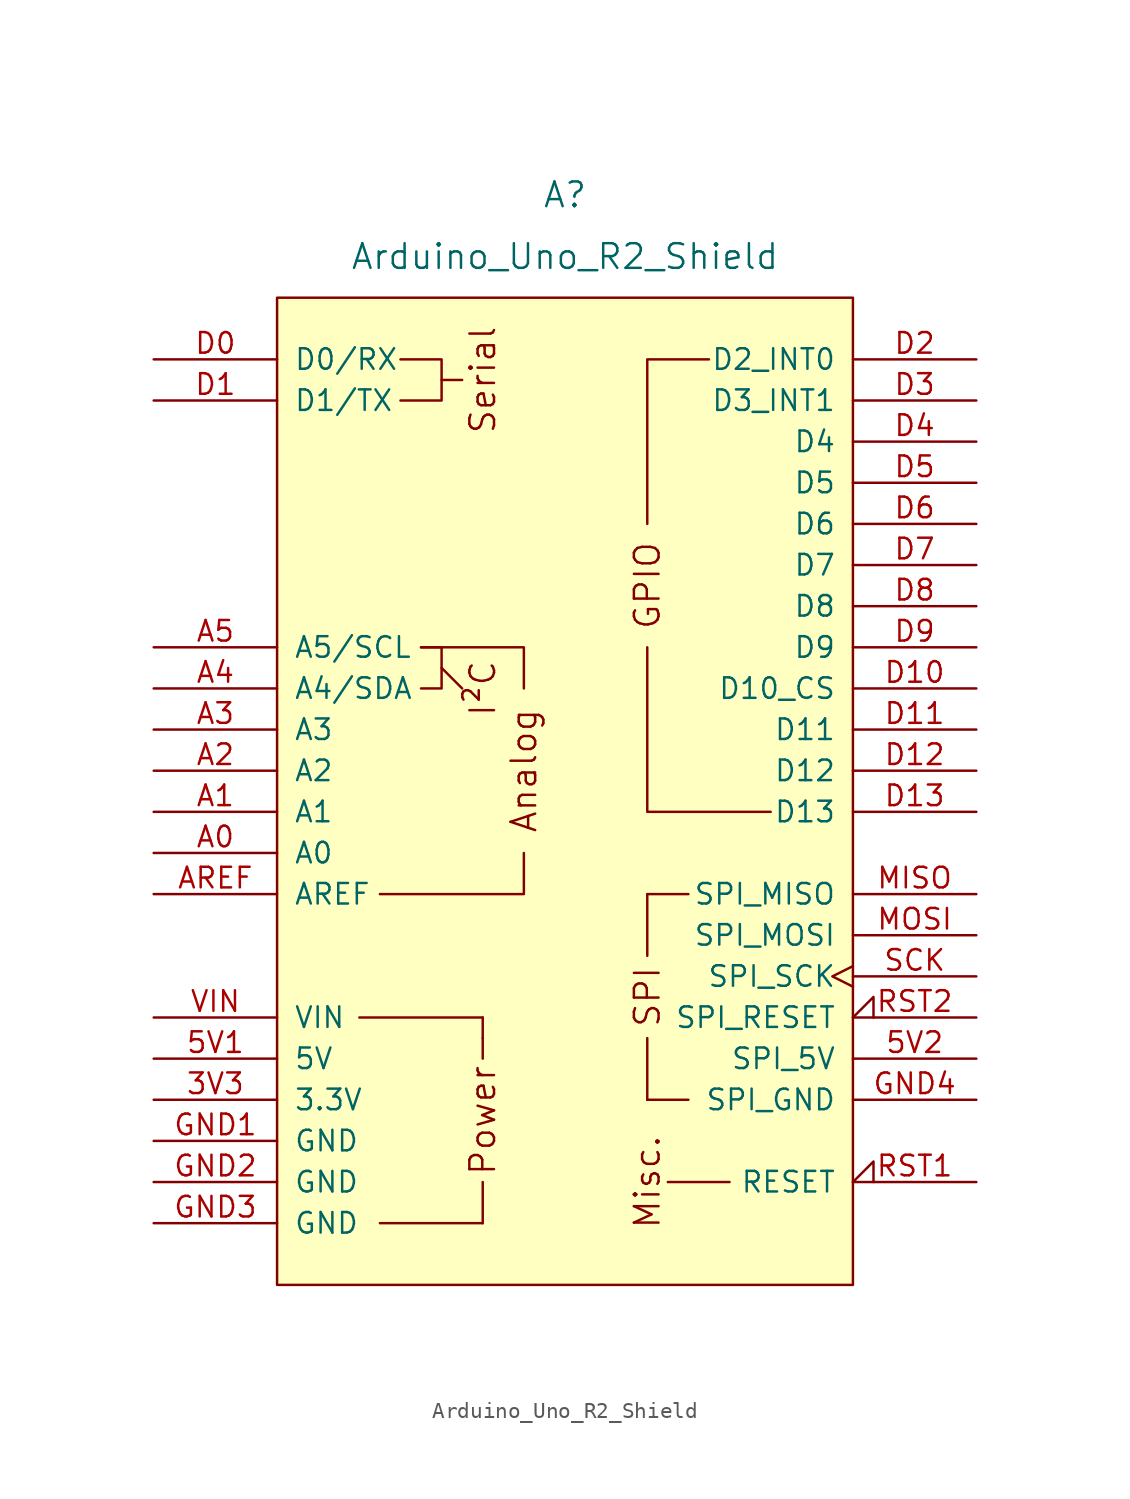
<source format=kicad_sym>
(kicad_symbol_lib
  (version 20220914)
  (generator kicad_symbol_editor)
  (symbol "Arduino_Uno_R2_Shield"
    (pin_names
      (offset 1.016))
    (property "Reference" "A"
      (at 0 36.83 0)
      (effects (font (size 1.524 1.524))))
    (property "Value" "Arduino_Uno_R2_Shield"
      (at 0 33.02 0)
      (effects (font (size 1.524 1.524))))
    (symbol "Arduino_Uno_R2_Shield_0_0"
      (rectangle (start -17.78 30.48) (end 17.78 -30.48) (stroke (width 0) (type default)) (fill (type background)))
      (rectangle (start -12.7 -13.97) (end -5.08 -13.97) (stroke (width 0) (type default)) (fill (type none)))
      (rectangle (start -11.43 -26.67) (end -5.08 -26.67) (stroke (width 0) (type default)) (fill (type none)))
      (polyline (pts (xy -7.62 7.62) (xy -6.35 6.35)) (stroke (width 0) (type default)) (fill (type none)))
      (polyline (pts (xy -7.62 25.4) (xy -6.35 25.4)) (stroke (width 0) (type default)) (fill (type none)))
      (polyline (pts (xy -5.08 -26.67) (xy -5.08 -24.13)) (stroke (width 0) (type default)) (fill (type none)))
      (polyline (pts (xy -5.08 -15.24) (xy -5.08 -16.51)) (stroke (width 0) (type default)) (fill (type none)))
      (polyline (pts (xy -5.08 -13.97) (xy -5.08 -15.24)) (stroke (width 0) (type default)) (fill (type none)))
      (polyline (pts (xy -2.54 -3.81) (xy -2.54 -6.35) (xy -11.43 -6.35)) (stroke (width 0) (type default)) (fill (type none)))
      (polyline (pts (xy -2.54 6.35) (xy -2.54 8.89) (xy -8.89 8.89)) (stroke (width 0) (type default)) (fill (type none)))
      (polyline (pts (xy 5.08 8.89) (xy 5.08 -1.27) (xy 12.7 -1.27)) (stroke (width 0) (type default)) (fill (type none)))
      (polyline (pts (xy 5.08 16.51) (xy 5.08 26.67) (xy 8.89 26.67)) (stroke (width 0) (type default)) (fill (type none)))
      (polyline (pts (xy -10.16 26.67) (xy -7.62 26.67) (xy -7.62 24.13) (xy -10.16 24.13)) (stroke (width 0) (type default)) (fill (type none)))
      (polyline (pts (xy -8.89 8.89) (xy -7.62 8.89) (xy -7.62 6.35) (xy -8.89 6.35)) (stroke (width 0) (type default)) (fill (type none)))
      (rectangle (start 5.08 -19.05) (end 5.08 -15.24) (stroke (width 0) (type default)) (fill (type none)))
      (rectangle (start 5.08 -19.05) (end 7.62 -19.05) (stroke (width 0) (type default)) (fill (type none)))
      (rectangle (start 5.08 -10.16) (end 5.08 -6.35) (stroke (width 0) (type default)) (fill (type none)))
      (rectangle (start 6.35 -24.13) (end 10.16 -24.13) (stroke (width 0) (type default)) (fill (type none)))
      (rectangle (start 7.62 -6.35) (end 5.08 -6.35) (stroke (width 0) (type default)) (fill (type none)))
      (text "Analog" (at -2.54 1.27 900) (effects (font (size 1.524 1.524))))
      (text "I²C" (at -5.08 6.35 900) (effects (font (size 1.524 1.524))))
      (text "Misc." (at 5.08 -24.13 900) (effects (font (size 1.524 1.524))))
      (text "Power" (at -5.08 -20.32 900) (effects (font (size 1.524 1.524))))
      (text "Serial" (at -5.08 25.4 900) (effects (font (size 1.524 1.524))))
      (text "SPI" (at 5.08 -12.7 900) (effects (font (size 1.524 1.524)))))
    (symbol "Arduino_Uno_R2_Shield_1_0"
      (text "GPIO" (at 5.08 12.7 900) (effects (font (size 1.524 1.524)))))
    (symbol "Arduino_Uno_R2_Shield_1_1"
      (pin power_out line (at -25.4 -19.05 0) (length 7.62) (name "3.3V" (effects (font (size 1.27 1.27)))) (number "3V3" (effects (font (size 1.27 1.27)))))
      (pin power_in line (at -25.4 -16.51 0) (length 7.62) (name "5V" (effects (font (size 1.27 1.27)))) (number "5V1" (effects (font (size 1.27 1.27)))))
      (pin power_in line (at 25.4 -16.51 180) (length 7.62) (name "SPI_5V" (effects (font (size 1.27 1.27)))) (number "5V2" (effects (font (size 1.27 1.27)))))
      (pin bidirectional line (at -25.4 -3.81 0) (length 7.62) (name "A0" (effects (font (size 1.27 1.27)))) (number "A0" (effects (font (size 1.27 1.27)))))
      (pin bidirectional line (at -25.4 -1.27 0) (length 7.62) (name "A1" (effects (font (size 1.27 1.27)))) (number "A1" (effects (font (size 1.27 1.27)))))
      (pin bidirectional line (at -25.4 1.27 0) (length 7.62) (name "A2" (effects (font (size 1.27 1.27)))) (number "A2" (effects (font (size 1.27 1.27)))))
      (pin bidirectional line (at -25.4 3.81 0) (length 7.62) (name "A3" (effects (font (size 1.27 1.27)))) (number "A3" (effects (font (size 1.27 1.27)))))
      (pin bidirectional line (at -25.4 6.35 0) (length 7.62) (name "A4/SDA" (effects (font (size 1.27 1.27)))) (number "A4" (effects (font (size 1.27 1.27)))))
      (pin bidirectional line (at -25.4 8.89 0) (length 7.62) (name "A5/SCL" (effects (font (size 1.27 1.27)))) (number "A5" (effects (font (size 1.27 1.27)))))
      (pin input line (at -25.4 -6.35 0) (length 7.62) (name "AREF" (effects (font (size 1.27 1.27)))) (number "AREF" (effects (font (size 1.27 1.27)))))
      (pin bidirectional line (at -25.4 26.67 0) (length 7.62) (name "D0/RX" (effects (font (size 1.27 1.27)))) (number "D0" (effects (font (size 1.27 1.27)))))
      (pin bidirectional line (at -25.4 24.13 0) (length 7.62) (name "D1/TX" (effects (font (size 1.27 1.27)))) (number "D1" (effects (font (size 1.27 1.27)))))
      (pin bidirectional line (at 25.4 6.35 180) (length 7.62) (name "D10_CS" (effects (font (size 1.27 1.27)))) (number "D10" (effects (font (size 1.27 1.27)))))
      (pin bidirectional line (at 25.4 3.81 180) (length 7.62) (name "D11" (effects (font (size 1.27 1.27)))) (number "D11" (effects (font (size 1.27 1.27)))))
      (pin bidirectional line (at 25.4 1.27 180) (length 7.62) (name "D12" (effects (font (size 1.27 1.27)))) (number "D12" (effects (font (size 1.27 1.27)))))
      (pin bidirectional line (at 25.4 -1.27 180) (length 7.62) (name "D13" (effects (font (size 1.27 1.27)))) (number "D13" (effects (font (size 1.27 1.27)))))
      (pin bidirectional line (at 25.4 26.67 180) (length 7.62) (name "D2_INT0" (effects (font (size 1.27 1.27)))) (number "D2" (effects (font (size 1.27 1.27)))))
      (pin bidirectional line (at 25.4 24.13 180) (length 7.62) (name "D3_INT1" (effects (font (size 1.27 1.27)))) (number "D3" (effects (font (size 1.27 1.27)))))
      (pin bidirectional line (at 25.4 21.59 180) (length 7.62) (name "D4" (effects (font (size 1.27 1.27)))) (number "D4" (effects (font (size 1.27 1.27)))))
      (pin bidirectional line (at 25.4 19.05 180) (length 7.62) (name "D5" (effects (font (size 1.27 1.27)))) (number "D5" (effects (font (size 1.27 1.27)))))
      (pin bidirectional line (at 25.4 16.51 180) (length 7.62) (name "D6" (effects (font (size 1.27 1.27)))) (number "D6" (effects (font (size 1.27 1.27)))))
      (pin bidirectional line (at 25.4 13.97 180) (length 7.62) (name "D7" (effects (font (size 1.27 1.27)))) (number "D7" (effects (font (size 1.27 1.27)))))
      (pin bidirectional line (at 25.4 11.43 180) (length 7.62) (name "D8" (effects (font (size 1.27 1.27)))) (number "D8" (effects (font (size 1.27 1.27)))))
      (pin bidirectional line (at 25.4 8.89 180) (length 7.62) (name "D9" (effects (font (size 1.27 1.27)))) (number "D9" (effects (font (size 1.27 1.27)))))
      (pin power_in line (at -25.4 -21.59 0) (length 7.62) (name "GND" (effects (font (size 1.27 1.27)))) (number "GND1" (effects (font (size 1.27 1.27)))))
      (pin power_in line (at -25.4 -24.13 0) (length 7.62) (name "GND" (effects (font (size 1.27 1.27)))) (number "GND2" (effects (font (size 1.27 1.27)))))
      (pin power_in line (at -25.4 -26.67 0) (length 7.62) (name "GND" (effects (font (size 1.27 1.27)))) (number "GND3" (effects (font (size 1.27 1.27)))))
      (pin power_in line (at 25.4 -19.05 180) (length 7.62) (name "SPI_GND" (effects (font (size 1.27 1.27)))) (number "GND4" (effects (font (size 1.27 1.27)))))
      (pin input line (at 25.4 -6.35 180) (length 7.62) (name "SPI_MISO" (effects (font (size 1.27 1.27)))) (number "MISO" (effects (font (size 1.27 1.27)))))
      (pin output line (at 25.4 -8.89 180) (length 7.62) (name "SPI_MOSI" (effects (font (size 1.27 1.27)))) (number "MOSI" (effects (font (size 1.27 1.27)))))
      (pin open_collector input_low (at 25.4 -24.13 180) (length 7.62) (name "RESET" (effects (font (size 1.27 1.27)))) (number "RST1" (effects (font (size 1.27 1.27)))))
      (pin open_collector input_low (at 25.4 -13.97 180) (length 7.62) (name "SPI_RESET" (effects (font (size 1.27 1.27)))) (number "RST2" (effects (font (size 1.27 1.27)))))
      (pin output clock (at 25.4 -11.43 180) (length 7.62) (name "SPI_SCK" (effects (font (size 1.27 1.27)))) (number "SCK" (effects (font (size 1.27 1.27)))))
      (pin power_in line (at -25.4 -13.97 0) (length 7.62) (name "VIN" (effects (font (size 1.27 1.27)))) (number "VIN" (effects (font (size 1.27 1.27))))))))
</source>
